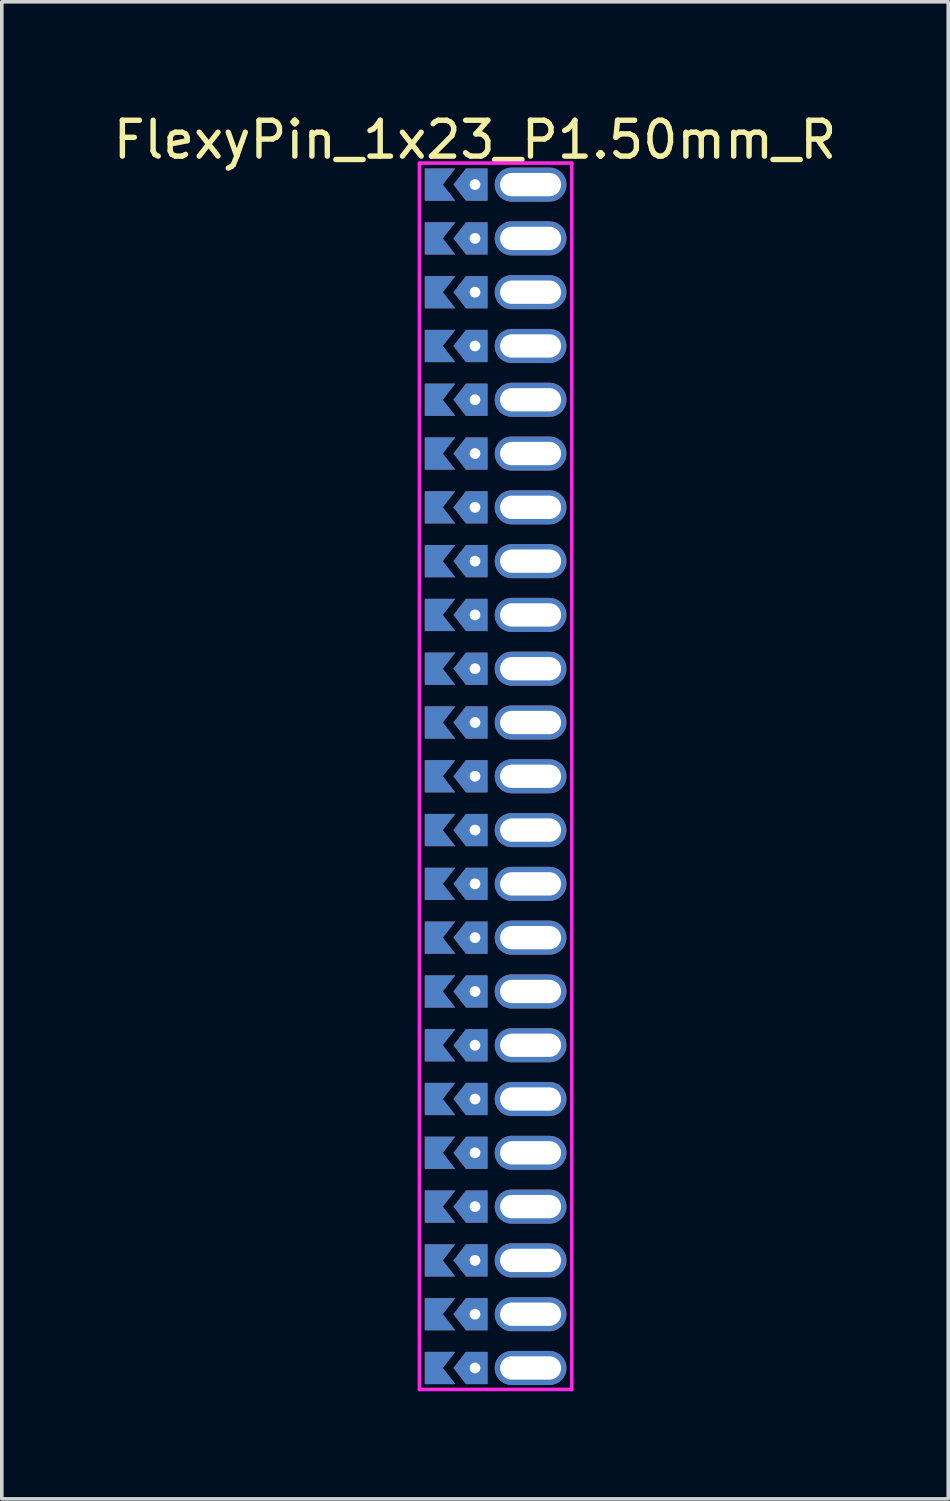
<source format=kicad_pcb>
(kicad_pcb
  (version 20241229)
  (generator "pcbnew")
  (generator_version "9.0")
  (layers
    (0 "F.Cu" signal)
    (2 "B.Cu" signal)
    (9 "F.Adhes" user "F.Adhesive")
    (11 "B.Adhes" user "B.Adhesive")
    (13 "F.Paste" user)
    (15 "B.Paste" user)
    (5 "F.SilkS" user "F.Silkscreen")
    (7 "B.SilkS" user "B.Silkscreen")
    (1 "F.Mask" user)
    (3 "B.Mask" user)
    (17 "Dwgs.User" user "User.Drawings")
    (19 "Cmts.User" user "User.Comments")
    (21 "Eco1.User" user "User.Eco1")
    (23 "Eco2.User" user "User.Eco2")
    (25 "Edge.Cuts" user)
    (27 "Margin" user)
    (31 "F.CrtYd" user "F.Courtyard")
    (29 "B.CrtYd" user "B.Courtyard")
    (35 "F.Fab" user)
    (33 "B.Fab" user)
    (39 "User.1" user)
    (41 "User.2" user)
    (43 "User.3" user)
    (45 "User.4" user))
  (footprint "FlexyPin_1x23_P1.50mm_R"
    (layer "F.Cu")
    (at 10.196 2.098)
    (property "Reference" "FlexyPin_1x23_P1.50mm_R" (at 0 -1.25 0) (layer "F.SilkS") (effects (font (size 1 1) (thickness 0.15))))
    (attr through_hole)
    (fp_line (start -1.55 -0.6) (end 2.7 -0.6) (stroke (width 0.1) (type solid)) (layer "F.CrtYd"))
    (fp_line (start -1.55 33.6) (end -1.55 -0.6) (stroke (width 0.1) (type solid)) (layer "F.CrtYd"))
    (fp_line (start 2.7 -0.6) (end 2.7 33.6) (stroke (width 0.1) (type solid)) (layer "F.CrtYd"))
    (fp_line (start 2.7 33.6) (end -1.55 33.6) (stroke (width 0.1) (type solid)) (layer "F.CrtYd"))
    (pad "" thru_hole custom (at 0 0) (size 0.3 0.3) (drill 0.6) (layers "*.Cu" "*.Mask") (options (anchor rect)) (primitives (gr_poly (pts (xy 0.35 0.45) (xy 0.35 -0.45) (xy -0.25 -0.45) (xy -0.6 0) (xy -0.25 0.45)) (width 0) (fill yes))))
    (pad "" thru_hole custom (at 0 1.5) (size 0.3 0.3) (drill 0.6) (layers "*.Cu" "*.Mask") (options (anchor rect)) (primitives (gr_poly (pts (xy 0.35 0.45) (xy 0.35 -0.45) (xy -0.25 -0.45) (xy -0.6 0) (xy -0.25 0.45)) (width 0) (fill yes))))
    (pad "" thru_hole custom (at 0 3) (size 0.3 0.3) (drill 0.6) (layers "*.Cu" "*.Mask") (options (anchor rect)) (primitives (gr_poly (pts (xy 0.35 0.45) (xy 0.35 -0.45) (xy -0.25 -0.45) (xy -0.6 0) (xy -0.25 0.45)) (width 0) (fill yes))))
    (pad "" thru_hole custom (at 0 4.5) (size 0.3 0.3) (drill 0.6) (layers "*.Cu" "*.Mask") (options (anchor rect)) (primitives (gr_poly (pts (xy 0.35 0.45) (xy 0.35 -0.45) (xy -0.25 -0.45) (xy -0.6 0) (xy -0.25 0.45)) (width 0) (fill yes))))
    (pad "" thru_hole custom (at 0 6) (size 0.3 0.3) (drill 0.6) (layers "*.Cu" "*.Mask") (options (anchor rect)) (primitives (gr_poly (pts (xy 0.35 0.45) (xy 0.35 -0.45) (xy -0.25 -0.45) (xy -0.6 0) (xy -0.25 0.45)) (width 0) (fill yes))))
    (pad "" thru_hole custom (at 0 7.5) (size 0.3 0.3) (drill 0.6) (layers "*.Cu" "*.Mask") (options (anchor rect)) (primitives (gr_poly (pts (xy 0.35 0.45) (xy 0.35 -0.45) (xy -0.25 -0.45) (xy -0.6 0) (xy -0.25 0.45)) (width 0) (fill yes))))
    (pad "" thru_hole custom (at 0 9) (size 0.3 0.3) (drill 0.6) (layers "*.Cu" "*.Mask") (options (anchor rect)) (primitives (gr_poly (pts (xy 0.35 0.45) (xy 0.35 -0.45) (xy -0.25 -0.45) (xy -0.6 0) (xy -0.25 0.45)) (width 0) (fill yes))))
    (pad "" thru_hole custom (at 0 10.5) (size 0.3 0.3) (drill 0.6) (layers "*.Cu" "*.Mask") (options (anchor rect)) (primitives (gr_poly (pts (xy 0.35 0.45) (xy 0.35 -0.45) (xy -0.25 -0.45) (xy -0.6 0) (xy -0.25 0.45)) (width 0) (fill yes))))
    (pad "" thru_hole custom (at 0 12) (size 0.3 0.3) (drill 0.6) (layers "*.Cu" "*.Mask") (options (anchor rect)) (primitives (gr_poly (pts (xy 0.35 0.45) (xy 0.35 -0.45) (xy -0.25 -0.45) (xy -0.6 0) (xy -0.25 0.45)) (width 0) (fill yes))))
    (pad "" thru_hole custom (at 0 13.5) (size 0.3 0.3) (drill 0.6) (layers "*.Cu" "*.Mask") (options (anchor rect)) (primitives (gr_poly (pts (xy 0.35 0.45) (xy 0.35 -0.45) (xy -0.25 -0.45) (xy -0.6 0) (xy -0.25 0.45)) (width 0) (fill yes))))
    (pad "" thru_hole custom (at 0 15) (size 0.3 0.3) (drill 0.6) (layers "*.Cu" "*.Mask") (options (anchor rect)) (primitives (gr_poly (pts (xy 0.35 0.45) (xy 0.35 -0.45) (xy -0.25 -0.45) (xy -0.6 0) (xy -0.25 0.45)) (width 0) (fill yes))))
    (pad "" thru_hole custom (at 0 16.5) (size 0.3 0.3) (drill 0.6) (layers "*.Cu" "*.Mask") (options (anchor rect)) (primitives (gr_poly (pts (xy 0.35 0.45) (xy 0.35 -0.45) (xy -0.25 -0.45) (xy -0.6 0) (xy -0.25 0.45)) (width 0) (fill yes))))
    (pad "" thru_hole custom (at 0 18) (size 0.3 0.3) (drill 0.6) (layers "*.Cu" "*.Mask") (options (anchor rect)) (primitives (gr_poly (pts (xy 0.35 0.45) (xy 0.35 -0.45) (xy -0.25 -0.45) (xy -0.6 0) (xy -0.25 0.45)) (width 0) (fill yes))))
    (pad "" thru_hole custom (at 0 19.5) (size 0.3 0.3) (drill 0.6) (layers "*.Cu" "*.Mask") (options (anchor rect)) (primitives (gr_poly (pts (xy 0.35 0.45) (xy 0.35 -0.45) (xy -0.25 -0.45) (xy -0.6 0) (xy -0.25 0.45)) (width 0) (fill yes))))
    (pad "" thru_hole custom (at 0 21) (size 0.3 0.3) (drill 0.6) (layers "*.Cu" "*.Mask") (options (anchor rect)) (primitives (gr_poly (pts (xy 0.35 0.45) (xy 0.35 -0.45) (xy -0.25 -0.45) (xy -0.6 0) (xy -0.25 0.45)) (width 0) (fill yes))))
    (pad "" thru_hole custom (at 0 22.5) (size 0.3 0.3) (drill 0.6) (layers "*.Cu" "*.Mask") (options (anchor rect)) (primitives (gr_poly (pts (xy 0.35 0.45) (xy 0.35 -0.45) (xy -0.25 -0.45) (xy -0.6 0) (xy -0.25 0.45)) (width 0) (fill yes))))
    (pad "" thru_hole custom (at 0 24) (size 0.3 0.3) (drill 0.6) (layers "*.Cu" "*.Mask") (options (anchor rect)) (primitives (gr_poly (pts (xy 0.35 0.45) (xy 0.35 -0.45) (xy -0.25 -0.45) (xy -0.6 0) (xy -0.25 0.45)) (width 0) (fill yes))))
    (pad "" thru_hole custom (at 0 25.5) (size 0.3 0.3) (drill 0.6) (layers "*.Cu" "*.Mask") (options (anchor rect)) (primitives (gr_poly (pts (xy 0.35 0.45) (xy 0.35 -0.45) (xy -0.25 -0.45) (xy -0.6 0) (xy -0.25 0.45)) (width 0) (fill yes))))
    (pad "" thru_hole custom (at 0 27) (size 0.3 0.3) (drill 0.6) (layers "*.Cu" "*.Mask") (options (anchor rect)) (primitives (gr_poly (pts (xy 0.35 0.45) (xy 0.35 -0.45) (xy -0.25 -0.45) (xy -0.6 0) (xy -0.25 0.45)) (width 0) (fill yes))))
    (pad "" thru_hole custom (at 0 28.5) (size 0.3 0.3) (drill 0.6) (layers "*.Cu" "*.Mask") (options (anchor rect)) (primitives (gr_poly (pts (xy 0.35 0.45) (xy 0.35 -0.45) (xy -0.25 -0.45) (xy -0.6 0) (xy -0.25 0.45)) (width 0) (fill yes))))
    (pad "" thru_hole custom (at 0 30) (size 0.3 0.3) (drill 0.6) (layers "*.Cu" "*.Mask") (options (anchor rect)) (primitives (gr_poly (pts (xy 0.35 0.45) (xy 0.35 -0.45) (xy -0.25 -0.45) (xy -0.6 0) (xy -0.25 0.45)) (width 0) (fill yes))))
    (pad "" thru_hole custom (at 0 31.5) (size 0.3 0.3) (drill 0.6) (layers "*.Cu" "*.Mask") (options (anchor rect)) (primitives (gr_poly (pts (xy 0.35 0.45) (xy 0.35 -0.45) (xy -0.25 -0.45) (xy -0.6 0) (xy -0.25 0.45)) (width 0) (fill yes))))
    (pad "" thru_hole custom (at 0 33) (size 0.3 0.3) (drill 0.6) (layers "*.Cu" "*.Mask") (options (anchor rect)) (primitives (gr_poly (pts (xy 0.35 0.45) (xy 0.35 -0.45) (xy -0.25 -0.45) (xy -0.6 0) (xy -0.25 0.45)) (width 0) (fill yes))))
    (pad "" thru_hole oval (at 1.55 0) (size 2 0.95) (drill oval 1.7 0.65) (layers "*.Cu" "*.Mask"))
    (pad "" thru_hole oval (at 1.55 1.5) (size 2 0.95) (drill oval 1.7 0.65) (layers "*.Cu" "*.Mask"))
    (pad "" thru_hole oval (at 1.55 3) (size 2 0.95) (drill oval 1.7 0.65) (layers "*.Cu" "*.Mask"))
    (pad "" thru_hole oval (at 1.55 4.5) (size 2 0.95) (drill oval 1.7 0.65) (layers "*.Cu" "*.Mask"))
    (pad "" thru_hole oval (at 1.55 6) (size 2 0.95) (drill oval 1.7 0.65) (layers "*.Cu" "*.Mask"))
    (pad "" thru_hole oval (at 1.55 7.5) (size 2 0.95) (drill oval 1.7 0.65) (layers "*.Cu" "*.Mask"))
    (pad "" thru_hole oval (at 1.55 9) (size 2 0.95) (drill oval 1.7 0.65) (layers "*.Cu" "*.Mask"))
    (pad "" thru_hole oval (at 1.55 10.5) (size 2 0.95) (drill oval 1.7 0.65) (layers "*.Cu" "*.Mask"))
    (pad "" thru_hole oval (at 1.55 12) (size 2 0.95) (drill oval 1.7 0.65) (layers "*.Cu" "*.Mask"))
    (pad "" thru_hole oval (at 1.55 13.5) (size 2 0.95) (drill oval 1.7 0.65) (layers "*.Cu" "*.Mask"))
    (pad "" thru_hole oval (at 1.55 15) (size 2 0.95) (drill oval 1.7 0.65) (layers "*.Cu" "*.Mask"))
    (pad "" thru_hole oval (at 1.55 16.5) (size 2 0.95) (drill oval 1.7 0.65) (layers "*.Cu" "*.Mask"))
    (pad "" thru_hole oval (at 1.55 18) (size 2 0.95) (drill oval 1.7 0.65) (layers "*.Cu" "*.Mask"))
    (pad "" thru_hole oval (at 1.55 19.5) (size 2 0.95) (drill oval 1.7 0.65) (layers "*.Cu" "*.Mask"))
    (pad "" thru_hole oval (at 1.55 21) (size 2 0.95) (drill oval 1.7 0.65) (layers "*.Cu" "*.Mask"))
    (pad "" thru_hole oval (at 1.55 22.5) (size 2 0.95) (drill oval 1.7 0.65) (layers "*.Cu" "*.Mask"))
    (pad "" thru_hole oval (at 1.55 24) (size 2 0.95) (drill oval 1.7 0.65) (layers "*.Cu" "*.Mask"))
    (pad "" thru_hole oval (at 1.55 25.5) (size 2 0.95) (drill oval 1.7 0.65) (layers "*.Cu" "*.Mask"))
    (pad "" thru_hole oval (at 1.55 27) (size 2 0.95) (drill oval 1.7 0.65) (layers "*.Cu" "*.Mask"))
    (pad "" thru_hole oval (at 1.55 28.5) (size 2 0.95) (drill oval 1.7 0.65) (layers "*.Cu" "*.Mask"))
    (pad "" thru_hole oval (at 1.55 30) (size 2 0.95) (drill oval 1.7 0.65) (layers "*.Cu" "*.Mask"))
    (pad "" thru_hole oval (at 1.55 31.5) (size 2 0.95) (drill oval 1.7 0.65) (layers "*.Cu" "*.Mask"))
    (pad "" thru_hole oval (at 1.55 33) (size 2 0.95) (drill oval 1.7 0.65) (layers "*.Cu" "*.Mask"))
    (pad "1" smd custom (at -0.9 0) (size 0.01 0.01) (layers "F.Cu" "F.Mask") (options (anchor rect)) (primitives (gr_poly (pts (xy 0 0) (xy 0.35 0.45) (xy -0.5 0.45) (xy -0.5 -0.45) (xy 0.35 -0.45)) (width 0) (fill yes))))
    (pad "2" smd custom (at -0.9 1.5) (size 0.01 0.01) (layers "F.Cu" "F.Mask") (options (anchor rect)) (primitives (gr_poly (pts (xy 0 0) (xy 0.35 0.45) (xy -0.5 0.45) (xy -0.5 -0.45) (xy 0.35 -0.45)) (width 0) (fill yes))))
    (pad "3" smd custom (at -0.9 3) (size 0.01 0.01) (layers "F.Cu" "F.Mask") (options (anchor rect)) (primitives (gr_poly (pts (xy 0 0) (xy 0.35 0.45) (xy -0.5 0.45) (xy -0.5 -0.45) (xy 0.35 -0.45)) (width 0) (fill yes))))
    (pad "4" smd custom (at -0.9 4.5) (size 0.01 0.01) (layers "F.Cu" "F.Mask") (options (anchor rect)) (primitives (gr_poly (pts (xy 0 0) (xy 0.35 0.45) (xy -0.5 0.45) (xy -0.5 -0.45) (xy 0.35 -0.45)) (width 0) (fill yes))))
    (pad "5" smd custom (at -0.9 6) (size 0.01 0.01) (layers "F.Cu" "F.Mask") (options (anchor rect)) (primitives (gr_poly (pts (xy 0 0) (xy 0.35 0.45) (xy -0.5 0.45) (xy -0.5 -0.45) (xy 0.35 -0.45)) (width 0) (fill yes))))
    (pad "6" smd custom (at -0.9 7.5) (size 0.01 0.01) (layers "F.Cu" "F.Mask") (options (anchor rect)) (primitives (gr_poly (pts (xy 0 0) (xy 0.35 0.45) (xy -0.5 0.45) (xy -0.5 -0.45) (xy 0.35 -0.45)) (width 0) (fill yes))))
    (pad "7" smd custom (at -0.9 9) (size 0.01 0.01) (layers "F.Cu" "F.Mask") (options (anchor rect)) (primitives (gr_poly (pts (xy 0 0) (xy 0.35 0.45) (xy -0.5 0.45) (xy -0.5 -0.45) (xy 0.35 -0.45)) (width 0) (fill yes))))
    (pad "8" smd custom (at -0.9 10.5) (size 0.01 0.01) (layers "F.Cu" "F.Mask") (options (anchor rect)) (primitives (gr_poly (pts (xy 0 0) (xy 0.35 0.45) (xy -0.5 0.45) (xy -0.5 -0.45) (xy 0.35 -0.45)) (width 0) (fill yes))))
    (pad "9" smd custom (at -0.9 12) (size 0.01 0.01) (layers "F.Cu" "F.Mask") (options (anchor rect)) (primitives (gr_poly (pts (xy 0 0) (xy 0.35 0.45) (xy -0.5 0.45) (xy -0.5 -0.45) (xy 0.35 -0.45)) (width 0) (fill yes))))
    (pad "10" smd custom (at -0.9 13.5) (size 0.01 0.01) (layers "F.Cu" "F.Mask") (options (anchor rect)) (primitives (gr_poly (pts (xy 0 0) (xy 0.35 0.45) (xy -0.5 0.45) (xy -0.5 -0.45) (xy 0.35 -0.45)) (width 0) (fill yes))))
    (pad "11" smd custom (at -0.9 15) (size 0.01 0.01) (layers "F.Cu" "F.Mask") (options (anchor rect)) (primitives (gr_poly (pts (xy 0 0) (xy 0.35 0.45) (xy -0.5 0.45) (xy -0.5 -0.45) (xy 0.35 -0.45)) (width 0) (fill yes))))
    (pad "12" smd custom (at -0.9 16.5) (size 0.01 0.01) (layers "F.Cu" "F.Mask") (options (anchor rect)) (primitives (gr_poly (pts (xy 0 0) (xy 0.35 0.45) (xy -0.5 0.45) (xy -0.5 -0.45) (xy 0.35 -0.45)) (width 0) (fill yes))))
    (pad "13" smd custom (at -0.9 18) (size 0.01 0.01) (layers "F.Cu" "F.Mask") (options (anchor rect)) (primitives (gr_poly (pts (xy 0 0) (xy 0.35 0.45) (xy -0.5 0.45) (xy -0.5 -0.45) (xy 0.35 -0.45)) (width 0) (fill yes))))
    (pad "14" smd custom (at -0.9 19.5) (size 0.01 0.01) (layers "F.Cu" "F.Mask") (options (anchor rect)) (primitives (gr_poly (pts (xy 0 0) (xy 0.35 0.45) (xy -0.5 0.45) (xy -0.5 -0.45) (xy 0.35 -0.45)) (width 0) (fill yes))))
    (pad "15" smd custom (at -0.9 21) (size 0.01 0.01) (layers "F.Cu" "F.Mask") (options (anchor rect)) (primitives (gr_poly (pts (xy 0 0) (xy 0.35 0.45) (xy -0.5 0.45) (xy -0.5 -0.45) (xy 0.35 -0.45)) (width 0) (fill yes))))
    (pad "16" smd custom (at -0.9 22.5) (size 0.01 0.01) (layers "F.Cu" "F.Mask") (options (anchor rect)) (primitives (gr_poly (pts (xy 0 0) (xy 0.35 0.45) (xy -0.5 0.45) (xy -0.5 -0.45) (xy 0.35 -0.45)) (width 0) (fill yes))))
    (pad "17" smd custom (at -0.9 24) (size 0.01 0.01) (layers "F.Cu" "F.Mask") (options (anchor rect)) (primitives (gr_poly (pts (xy 0 0) (xy 0.35 0.45) (xy -0.5 0.45) (xy -0.5 -0.45) (xy 0.35 -0.45)) (width 0) (fill yes))))
    (pad "18" smd custom (at -0.9 25.5) (size 0.01 0.01) (layers "F.Cu" "F.Mask") (options (anchor rect)) (primitives (gr_poly (pts (xy 0 0) (xy 0.35 0.45) (xy -0.5 0.45) (xy -0.5 -0.45) (xy 0.35 -0.45)) (width 0) (fill yes))))
    (pad "19" smd custom (at -0.9 27) (size 0.01 0.01) (layers "F.Cu" "F.Mask") (options (anchor rect)) (primitives (gr_poly (pts (xy 0 0) (xy 0.35 0.45) (xy -0.5 0.45) (xy -0.5 -0.45) (xy 0.35 -0.45)) (width 0) (fill yes))))
    (pad "20" smd custom (at -0.9 28.5) (size 0.01 0.01) (layers "F.Cu" "F.Mask") (options (anchor rect)) (primitives (gr_poly (pts (xy 0 0) (xy 0.35 0.45) (xy -0.5 0.45) (xy -0.5 -0.45) (xy 0.35 -0.45)) (width 0) (fill yes))))
    (pad "21" smd custom (at -0.9 30) (size 0.01 0.01) (layers "F.Cu" "F.Mask") (options (anchor rect)) (primitives (gr_poly (pts (xy 0 0) (xy 0.35 0.45) (xy -0.5 0.45) (xy -0.5 -0.45) (xy 0.35 -0.45)) (width 0) (fill yes))))
    (pad "22" smd custom (at -0.9 31.5) (size 0.01 0.01) (layers "F.Cu" "F.Mask") (options (anchor rect)) (primitives (gr_poly (pts (xy 0 0) (xy 0.35 0.45) (xy -0.5 0.45) (xy -0.5 -0.45) (xy 0.35 -0.45)) (width 0) (fill yes))))
    (pad "23" smd custom (at -0.9 33) (size 0.01 0.01) (layers "F.Cu" "F.Mask") (options (anchor rect)) (primitives (gr_poly (pts (xy 0 0) (xy 0.35 0.45) (xy -0.5 0.45) (xy -0.5 -0.45) (xy 0.35 -0.45)) (width 0) (fill yes))))
    (pad "24" smd custom (at -0.9 0) (size 0.01 0.01) (layers "B.Cu" "B.Mask") (options (anchor rect)) (primitives (gr_poly (pts (xy 0 0) (xy 0.35 0.45) (xy -0.5 0.45) (xy -0.5 -0.45) (xy 0.35 -0.45)) (width 0) (fill yes))))
    (pad "25" smd custom (at -0.9 1.5) (size 0.01 0.01) (layers "B.Cu" "B.Mask") (options (anchor rect)) (primitives (gr_poly (pts (xy 0 0) (xy 0.35 0.45) (xy -0.5 0.45) (xy -0.5 -0.45) (xy 0.35 -0.45)) (width 0) (fill yes))))
    (pad "26" smd custom (at -0.9 3) (size 0.01 0.01) (layers "B.Cu" "B.Mask") (options (anchor rect)) (primitives (gr_poly (pts (xy 0 0) (xy 0.35 0.45) (xy -0.5 0.45) (xy -0.5 -0.45) (xy 0.35 -0.45)) (width 0) (fill yes))))
    (pad "27" smd custom (at -0.9 4.5) (size 0.01 0.01) (layers "B.Cu" "B.Mask") (options (anchor rect)) (primitives (gr_poly (pts (xy 0 0) (xy 0.35 0.45) (xy -0.5 0.45) (xy -0.5 -0.45) (xy 0.35 -0.45)) (width 0) (fill yes))))
    (pad "28" smd custom (at -0.9 6) (size 0.01 0.01) (layers "B.Cu" "B.Mask") (options (anchor rect)) (primitives (gr_poly (pts (xy 0 0) (xy 0.35 0.45) (xy -0.5 0.45) (xy -0.5 -0.45) (xy 0.35 -0.45)) (width 0) (fill yes))))
    (pad "29" smd custom (at -0.9 7.5) (size 0.01 0.01) (layers "B.Cu" "B.Mask") (options (anchor rect)) (primitives (gr_poly (pts (xy 0 0) (xy 0.35 0.45) (xy -0.5 0.45) (xy -0.5 -0.45) (xy 0.35 -0.45)) (width 0) (fill yes))))
    (pad "30" smd custom (at -0.9 9) (size 0.01 0.01) (layers "B.Cu" "B.Mask") (options (anchor rect)) (primitives (gr_poly (pts (xy 0 0) (xy 0.35 0.45) (xy -0.5 0.45) (xy -0.5 -0.45) (xy 0.35 -0.45)) (width 0) (fill yes))))
    (pad "31" smd custom (at -0.9 10.5) (size 0.01 0.01) (layers "B.Cu" "B.Mask") (options (anchor rect)) (primitives (gr_poly (pts (xy 0 0) (xy 0.35 0.45) (xy -0.5 0.45) (xy -0.5 -0.45) (xy 0.35 -0.45)) (width 0) (fill yes))))
    (pad "32" smd custom (at -0.9 12) (size 0.01 0.01) (layers "B.Cu" "B.Mask") (options (anchor rect)) (primitives (gr_poly (pts (xy 0 0) (xy 0.35 0.45) (xy -0.5 0.45) (xy -0.5 -0.45) (xy 0.35 -0.45)) (width 0) (fill yes))))
    (pad "33" smd custom (at -0.9 13.5) (size 0.01 0.01) (layers "B.Cu" "B.Mask") (options (anchor rect)) (primitives (gr_poly (pts (xy 0 0) (xy 0.35 0.45) (xy -0.5 0.45) (xy -0.5 -0.45) (xy 0.35 -0.45)) (width 0) (fill yes))))
    (pad "34" smd custom (at -0.9 15) (size 0.01 0.01) (layers "B.Cu" "B.Mask") (options (anchor rect)) (primitives (gr_poly (pts (xy 0 0) (xy 0.35 0.45) (xy -0.5 0.45) (xy -0.5 -0.45) (xy 0.35 -0.45)) (width 0) (fill yes))))
    (pad "35" smd custom (at -0.9 16.5) (size 0.01 0.01) (layers "B.Cu" "B.Mask") (options (anchor rect)) (primitives (gr_poly (pts (xy 0 0) (xy 0.35 0.45) (xy -0.5 0.45) (xy -0.5 -0.45) (xy 0.35 -0.45)) (width 0) (fill yes))))
    (pad "36" smd custom (at -0.9 18) (size 0.01 0.01) (layers "B.Cu" "B.Mask") (options (anchor rect)) (primitives (gr_poly (pts (xy 0 0) (xy 0.35 0.45) (xy -0.5 0.45) (xy -0.5 -0.45) (xy 0.35 -0.45)) (width 0) (fill yes))))
    (pad "37" smd custom (at -0.9 19.5) (size 0.01 0.01) (layers "B.Cu" "B.Mask") (options (anchor rect)) (primitives (gr_poly (pts (xy 0 0) (xy 0.35 0.45) (xy -0.5 0.45) (xy -0.5 -0.45) (xy 0.35 -0.45)) (width 0) (fill yes))))
    (pad "38" smd custom (at -0.9 21) (size 0.01 0.01) (layers "B.Cu" "B.Mask") (options (anchor rect)) (primitives (gr_poly (pts (xy 0 0) (xy 0.35 0.45) (xy -0.5 0.45) (xy -0.5 -0.45) (xy 0.35 -0.45)) (width 0) (fill yes))))
    (pad "39" smd custom (at -0.9 22.5) (size 0.01 0.01) (layers "B.Cu" "B.Mask") (options (anchor rect)) (primitives (gr_poly (pts (xy 0 0) (xy 0.35 0.45) (xy -0.5 0.45) (xy -0.5 -0.45) (xy 0.35 -0.45)) (width 0) (fill yes))))
    (pad "40" smd custom (at -0.9 24) (size 0.01 0.01) (layers "B.Cu" "B.Mask") (options (anchor rect)) (primitives (gr_poly (pts (xy 0 0) (xy 0.35 0.45) (xy -0.5 0.45) (xy -0.5 -0.45) (xy 0.35 -0.45)) (width 0) (fill yes))))
    (pad "41" smd custom (at -0.9 25.5) (size 0.01 0.01) (layers "B.Cu" "B.Mask") (options (anchor rect)) (primitives (gr_poly (pts (xy 0 0) (xy 0.35 0.45) (xy -0.5 0.45) (xy -0.5 -0.45) (xy 0.35 -0.45)) (width 0) (fill yes))))
    (pad "42" smd custom (at -0.9 27) (size 0.01 0.01) (layers "B.Cu" "B.Mask") (options (anchor rect)) (primitives (gr_poly (pts (xy 0 0) (xy 0.35 0.45) (xy -0.5 0.45) (xy -0.5 -0.45) (xy 0.35 -0.45)) (width 0) (fill yes))))
    (pad "43" smd custom (at -0.9 28.5) (size 0.01 0.01) (layers "B.Cu" "B.Mask") (options (anchor rect)) (primitives (gr_poly (pts (xy 0 0) (xy 0.35 0.45) (xy -0.5 0.45) (xy -0.5 -0.45) (xy 0.35 -0.45)) (width 0) (fill yes))))
    (pad "44" smd custom (at -0.9 30) (size 0.01 0.01) (layers "B.Cu" "B.Mask") (options (anchor rect)) (primitives (gr_poly (pts (xy 0 0) (xy 0.35 0.45) (xy -0.5 0.45) (xy -0.5 -0.45) (xy 0.35 -0.45)) (width 0) (fill yes))))
    (pad "45" smd custom (at -0.9 31.5) (size 0.01 0.01) (layers "B.Cu" "B.Mask") (options (anchor rect)) (primitives (gr_poly (pts (xy 0 0) (xy 0.35 0.45) (xy -0.5 0.45) (xy -0.5 -0.45) (xy 0.35 -0.45)) (width 0) (fill yes))))
    (pad "46" smd custom (at -0.9 33) (size 0.01 0.01) (layers "B.Cu" "B.Mask") (options (anchor rect)) (primitives (gr_poly (pts (xy 0 0) (xy 0.35 0.45) (xy -0.5 0.45) (xy -0.5 -0.45) (xy 0.35 -0.45)) (width 0) (fill yes)))))
  (gr_rect
    (start -3 -3)
    (end 23.393 38.748)
    (stroke (width 0.1) (type default))
    (fill no)
    (layer "Edge.Cuts")))
</source>
